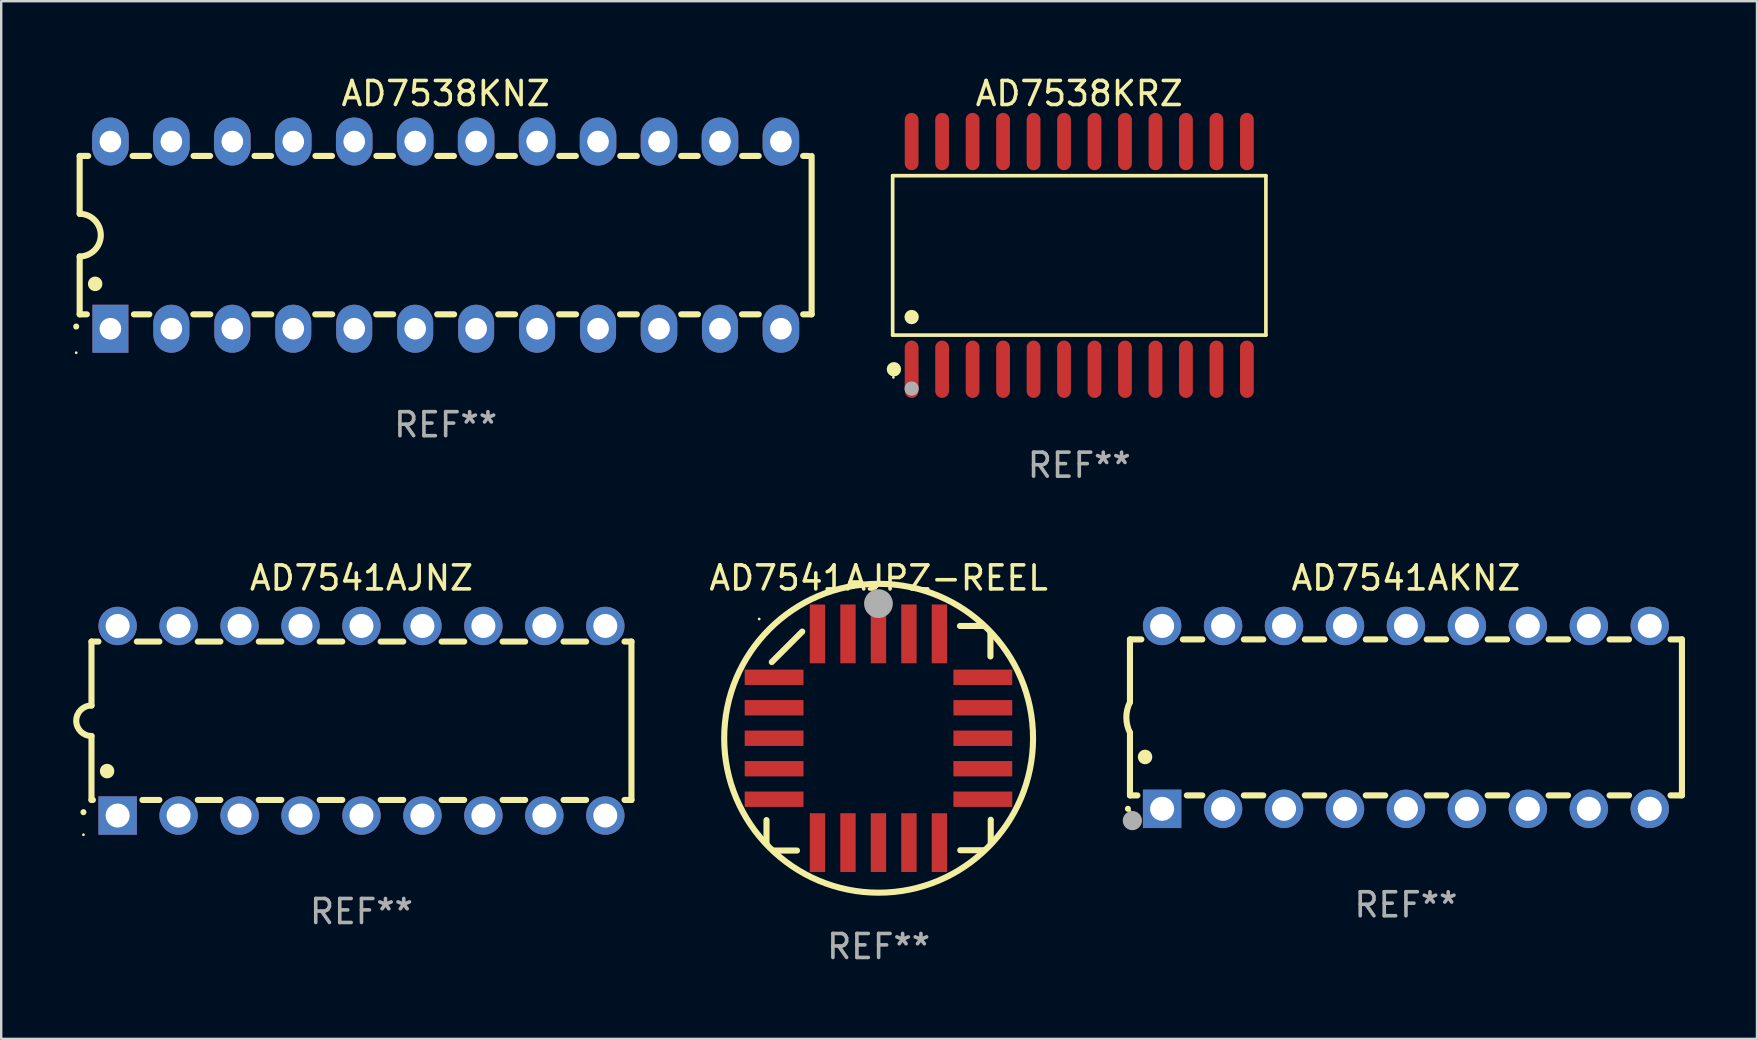
<source format=kicad_pcb>
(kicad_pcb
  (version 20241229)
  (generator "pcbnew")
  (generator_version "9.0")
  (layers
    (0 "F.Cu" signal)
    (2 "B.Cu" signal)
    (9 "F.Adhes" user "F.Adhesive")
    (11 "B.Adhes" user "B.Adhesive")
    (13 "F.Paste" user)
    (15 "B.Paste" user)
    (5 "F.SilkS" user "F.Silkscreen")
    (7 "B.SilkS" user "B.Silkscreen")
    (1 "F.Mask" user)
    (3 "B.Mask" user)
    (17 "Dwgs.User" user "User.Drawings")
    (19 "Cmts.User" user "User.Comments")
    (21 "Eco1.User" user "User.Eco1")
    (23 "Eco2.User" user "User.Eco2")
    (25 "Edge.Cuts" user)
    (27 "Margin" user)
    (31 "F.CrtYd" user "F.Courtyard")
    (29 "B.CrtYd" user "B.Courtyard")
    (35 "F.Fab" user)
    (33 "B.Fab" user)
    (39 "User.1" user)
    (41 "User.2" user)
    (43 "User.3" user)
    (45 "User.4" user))
  (footprint "AD7538KRZ"
    (layer "F.Cu")
    (at 41.922 7.592)
    (property "Reference" "AD7538KRZ" (at 0 -6.744 0) (layer "F.SilkS") (effects (font (size 1 1) (thickness 0.15))))
    (attr through_hole)
    (fp_line (start -7.776 -3.321) (end 7.776 -3.321) (stroke (width 0.152) (type solid)) (layer "F.SilkS"))
    (fp_line (start -7.776 3.321) (end -7.776 -3.321) (stroke (width 0.152) (type solid)) (layer "F.SilkS"))
    (fp_line (start 7.776 -3.321) (end 7.776 3.321) (stroke (width 0.152) (type solid)) (layer "F.SilkS"))
    (fp_line (start 7.776 3.321) (end -7.776 3.321) (stroke (width 0.152) (type solid)) (layer "F.SilkS"))
    (fp_circle (center -7.747 5.08) (end -7.717 5.08) (stroke (width 0.06) (type solid)) (fill no) (layer "F.SilkS"))
    (fp_circle (center -7.724 4.744) (end -7.574 4.744) (stroke (width 0.3) (type solid)) (fill no) (layer "F.SilkS"))
    (fp_circle (center -6.985 2.569) (end -6.835 2.569) (stroke (width 0.3) (type solid)) (fill no) (layer "F.SilkS"))
    (fp_circle (center -6.985 5.55) (end -6.835 5.55) (stroke (width 0.3) (type solid)) (fill no) (layer "F.Fab"))
    (fp_text user "REF**" (at 0 8.744 0) (layer "F.Fab") (effects (font (size 1 1) (thickness 0.15))))
    (pad "1" smd oval (at -6.985 4.744) (size 0.574 2.388) (layers "F.Cu" "F.Mask" "F.Paste"))
    (pad "2" smd oval (at -5.715 4.744) (size 0.574 2.388) (layers "F.Cu" "F.Mask" "F.Paste"))
    (pad "3" smd oval (at -4.445 4.744) (size 0.574 2.388) (layers "F.Cu" "F.Mask" "F.Paste"))
    (pad "4" smd oval (at -3.175 4.744) (size 0.574 2.388) (layers "F.Cu" "F.Mask" "F.Paste"))
    (pad "5" smd oval (at -1.905 4.744) (size 0.574 2.388) (layers "F.Cu" "F.Mask" "F.Paste"))
    (pad "6" smd oval (at -0.635 4.744) (size 0.574 2.388) (layers "F.Cu" "F.Mask" "F.Paste"))
    (pad "7" smd oval (at 0.635 4.744) (size 0.574 2.388) (layers "F.Cu" "F.Mask" "F.Paste"))
    (pad "8" smd oval (at 1.905 4.744) (size 0.574 2.388) (layers "F.Cu" "F.Mask" "F.Paste"))
    (pad "9" smd oval (at 3.175 4.744) (size 0.574 2.388) (layers "F.Cu" "F.Mask" "F.Paste"))
    (pad "10" smd oval (at 4.445 4.744) (size 0.574 2.388) (layers "F.Cu" "F.Mask" "F.Paste"))
    (pad "11" smd oval (at 5.715 4.744) (size 0.574 2.388) (layers "F.Cu" "F.Mask" "F.Paste"))
    (pad "12" smd oval (at 6.985 4.744) (size 0.574 2.388) (layers "F.Cu" "F.Mask" "F.Paste"))
    (pad "13" smd oval (at 6.985 -4.744) (size 0.574 2.388) (layers "F.Cu" "F.Mask" "F.Paste"))
    (pad "14" smd oval (at 5.715 -4.744) (size 0.574 2.388) (layers "F.Cu" "F.Mask" "F.Paste"))
    (pad "15" smd oval (at 4.445 -4.744) (size 0.574 2.388) (layers "F.Cu" "F.Mask" "F.Paste"))
    (pad "16" smd oval (at 3.175 -4.744) (size 0.574 2.388) (layers "F.Cu" "F.Mask" "F.Paste"))
    (pad "17" smd oval (at 1.905 -4.744) (size 0.574 2.388) (layers "F.Cu" "F.Mask" "F.Paste"))
    (pad "18" smd oval (at 0.635 -4.744) (size 0.574 2.388) (layers "F.Cu" "F.Mask" "F.Paste"))
    (pad "19" smd oval (at -0.635 -4.744) (size 0.574 2.388) (layers "F.Cu" "F.Mask" "F.Paste"))
    (pad "20" smd oval (at -1.905 -4.744) (size 0.574 2.388) (layers "F.Cu" "F.Mask" "F.Paste"))
    (pad "21" smd oval (at -3.175 -4.744) (size 0.574 2.388) (layers "F.Cu" "F.Mask" "F.Paste"))
    (pad "22" smd oval (at -4.445 -4.744) (size 0.574 2.388) (layers "F.Cu" "F.Mask" "F.Paste"))
    (pad "23" smd oval (at -5.715 -4.744) (size 0.574 2.388) (layers "F.Cu" "F.Mask" "F.Paste"))
    (pad "24" smd oval (at -6.985 -4.744) (size 0.574 2.388) (layers "F.Cu" "F.Mask" "F.Paste")))
  (footprint "AD7541AKNZ"
    (layer "F.Cu")
    (at 55.534 26.843)
    (property "Reference" "AD7541AKNZ" (at 0 -5.81 0) (layer "F.SilkS") (effects (font (size 1 1) (thickness 0.15))))
    (attr through_hole)
    (fp_line (start -11.5 -3.25) (end -11.5 -0.635) (stroke (width 0.254) (type solid)) (layer "F.SilkS"))
    (fp_line (start -11.5 3.25) (end -11.5 0.635) (stroke (width 0.254) (type solid)) (layer "F.SilkS"))
    (fp_line (start -11.5 3.25) (end -11.191 3.25) (stroke (width 0.254) (type solid)) (layer "F.SilkS"))
    (fp_line (start -11.025 -3.25) (end -11.5 -3.25) (stroke (width 0.254) (type solid)) (layer "F.SilkS"))
    (fp_line (start -9.129 3.25) (end -8.485 3.25) (stroke (width 0.254) (type solid)) (layer "F.SilkS"))
    (fp_line (start -8.485 -3.25) (end -9.295 -3.25) (stroke (width 0.254) (type solid)) (layer "F.SilkS"))
    (fp_line (start -6.755 3.25) (end -5.945 3.25) (stroke (width 0.254) (type solid)) (layer "F.SilkS"))
    (fp_line (start -5.945 -3.25) (end -6.755 -3.25) (stroke (width 0.254) (type solid)) (layer "F.SilkS"))
    (fp_line (start -4.215 3.25) (end -3.405 3.25) (stroke (width 0.254) (type solid)) (layer "F.SilkS"))
    (fp_line (start -3.405 -3.25) (end -4.215 -3.25) (stroke (width 0.254) (type solid)) (layer "F.SilkS"))
    (fp_line (start -1.675 3.25) (end -0.865 3.25) (stroke (width 0.254) (type solid)) (layer "F.SilkS"))
    (fp_line (start -0.865 -3.25) (end -1.675 -3.25) (stroke (width 0.254) (type solid)) (layer "F.SilkS"))
    (fp_line (start 0.865 3.25) (end 1.675 3.25) (stroke (width 0.254) (type solid)) (layer "F.SilkS"))
    (fp_line (start 1.675 -3.25) (end 0.865 -3.25) (stroke (width 0.254) (type solid)) (layer "F.SilkS"))
    (fp_line (start 3.405 3.25) (end 4.215 3.25) (stroke (width 0.254) (type solid)) (layer "F.SilkS"))
    (fp_line (start 4.215 -3.25) (end 3.405 -3.25) (stroke (width 0.254) (type solid)) (layer "F.SilkS"))
    (fp_line (start 5.945 3.25) (end 6.755 3.25) (stroke (width 0.254) (type solid)) (layer "F.SilkS"))
    (fp_line (start 6.755 -3.25) (end 5.945 -3.25) (stroke (width 0.254) (type solid)) (layer "F.SilkS"))
    (fp_line (start 8.485 3.25) (end 9.295 3.25) (stroke (width 0.254) (type solid)) (layer "F.SilkS"))
    (fp_line (start 9.295 -3.25) (end 8.485 -3.25) (stroke (width 0.254) (type solid)) (layer "F.SilkS"))
    (fp_line (start 11.025 3.25) (end 11.5 3.25) (stroke (width 0.254) (type solid)) (layer "F.SilkS"))
    (fp_line (start 11.5 -3.25) (end 11.025 -3.25) (stroke (width 0.254) (type solid)) (layer "F.SilkS"))
    (fp_line (start 11.5 -3.25) (end 11.5 3.25) (stroke (width 0.254) (type solid)) (layer "F.SilkS"))
    (fp_arc (start -11.584963 3.810008) (mid -11.58497 3.808738) (end -11.584963 3.807468) (stroke (width 0.25) (type solid)) (layer "F.SilkS"))
    (fp_arc (start -11.501143 0.635001) (mid -11.650665 -0.000132) (end -11.500025 -0.635001) (stroke (width 0.254001) (type solid)) (layer "F.SilkS"))
    (fp_arc (start -10.871222 1.651003) (mid -10.871233 1.648463) (end -10.871222 1.645923) (stroke (width 0.6) (type solid)) (layer "F.SilkS"))
    (fp_circle (center -11.5 3.91) (end -11.47 3.91) (stroke (width 0.06) (type solid)) (fill no) (layer "F.SilkS"))
    (fp_circle (center -11.4 4.3) (end -11.2 4.3) (stroke (width 0.4) (type solid)) (fill no) (layer "F.Fab"))
    (fp_text user "REF**" (at 0 7.81 0) (layer "F.Fab") (effects (font (size 1 1) (thickness 0.15))))
    (pad "1" thru_hole rect (at -10.16 3.81 90) (size 1.6 1.6) (drill 1) (layers "*.Cu" "*.Mask"))
    (pad "2" thru_hole circle (at -7.62 3.81 90) (size 1.6 1.6) (drill 1) (layers "*.Cu" "*.Mask"))
    (pad "3" thru_hole circle (at -5.08 3.81 90) (size 1.6 1.6) (drill 1) (layers "*.Cu" "*.Mask"))
    (pad "4" thru_hole circle (at -2.54 3.81 90) (size 1.6 1.6) (drill 1) (layers "*.Cu" "*.Mask"))
    (pad "5" thru_hole circle (at 0 3.81 90) (size 1.6 1.6) (drill 1) (layers "*.Cu" "*.Mask"))
    (pad "6" thru_hole circle (at 2.54 3.81 90) (size 1.6 1.6) (drill 1) (layers "*.Cu" "*.Mask"))
    (pad "7" thru_hole circle (at 5.08 3.81 90) (size 1.6 1.6) (drill 1) (layers "*.Cu" "*.Mask"))
    (pad "8" thru_hole circle (at 7.62 3.81 90) (size 1.6 1.6) (drill 1) (layers "*.Cu" "*.Mask"))
    (pad "9" thru_hole circle (at 10.16 3.81 90) (size 1.6 1.6) (drill 1) (layers "*.Cu" "*.Mask"))
    (pad "10" thru_hole circle (at 10.16 -3.81 90) (size 1.6 1.6) (drill 1) (layers "*.Cu" "*.Mask"))
    (pad "11" thru_hole circle (at 7.62 -3.81 90) (size 1.6 1.6) (drill 1) (layers "*.Cu" "*.Mask"))
    (pad "12" thru_hole circle (at 5.08 -3.81 90) (size 1.6 1.6) (drill 1) (layers "*.Cu" "*.Mask"))
    (pad "13" thru_hole circle (at 2.54 -3.81 90) (size 1.6 1.6) (drill 1) (layers "*.Cu" "*.Mask"))
    (pad "14" thru_hole circle (at 0 -3.81 90) (size 1.6 1.6) (drill 1) (layers "*.Cu" "*.Mask"))
    (pad "15" thru_hole circle (at -2.54 -3.81 90) (size 1.6 1.6) (drill 1) (layers "*.Cu" "*.Mask"))
    (pad "16" thru_hole circle (at -5.08 -3.81 90) (size 1.6 1.6) (drill 1) (layers "*.Cu" "*.Mask"))
    (pad "17" thru_hole circle (at -7.62 -3.81 90) (size 1.6 1.6) (drill 1) (layers "*.Cu" "*.Mask"))
    (pad "18" thru_hole circle (at -10.16 -3.81 90) (size 1.6 1.6) (drill 1) (layers "*.Cu" "*.Mask")))
  (footprint "AD7538KNZ"
    (layer "F.Cu")
    (at 15.52 6.748)
    (property "Reference" "AD7538KNZ" (at 0 -5.9 0) (layer "F.SilkS") (effects (font (size 1 1) (thickness 0.15))))
    (attr through_hole)
    (fp_line (start -15.25 -3.3) (end -15.25 -0.889) (stroke (width 0.254) (type solid)) (layer "F.SilkS"))
    (fp_line (start -15.25 -3.3) (end -14.895 -3.3) (stroke (width 0.254) (type solid)) (layer "F.SilkS"))
    (fp_line (start -15.25 3.3) (end -15.25 0.889) (stroke (width 0.254) (type solid)) (layer "F.SilkS"))
    (fp_line (start -15.25 3.3) (end -14.951 3.3) (stroke (width 0.254) (type solid)) (layer "F.SilkS"))
    (fp_line (start -13.045 -3.3) (end -12.355 -3.3) (stroke (width 0.254) (type solid)) (layer "F.SilkS"))
    (fp_line (start -12.989 3.3) (end -12.347 3.3) (stroke (width 0.254) (type solid)) (layer "F.SilkS"))
    (fp_line (start -10.514 3.3) (end -9.807 3.3) (stroke (width 0.254) (type solid)) (layer "F.SilkS"))
    (fp_line (start -10.505 -3.3) (end -9.815 -3.3) (stroke (width 0.254) (type solid)) (layer "F.SilkS"))
    (fp_line (start -7.974 3.3) (end -7.267 3.3) (stroke (width 0.254) (type solid)) (layer "F.SilkS"))
    (fp_line (start -7.965 -3.3) (end -7.275 -3.3) (stroke (width 0.254) (type solid)) (layer "F.SilkS"))
    (fp_line (start -5.434 3.3) (end -4.727 3.3) (stroke (width 0.254) (type solid)) (layer "F.SilkS"))
    (fp_line (start -5.425 -3.3) (end -4.735 -3.3) (stroke (width 0.254) (type solid)) (layer "F.SilkS"))
    (fp_line (start -2.894 3.3) (end -2.187 3.3) (stroke (width 0.254) (type solid)) (layer "F.SilkS"))
    (fp_line (start -2.885 -3.3) (end -2.195 -3.3) (stroke (width 0.254) (type solid)) (layer "F.SilkS"))
    (fp_line (start -0.354 3.3) (end 0.353 3.3) (stroke (width 0.254) (type solid)) (layer "F.SilkS"))
    (fp_line (start -0.345 -3.3) (end 0.345 -3.3) (stroke (width 0.254) (type solid)) (layer "F.SilkS"))
    (fp_line (start 2.186 3.3) (end 2.893 3.3) (stroke (width 0.254) (type solid)) (layer "F.SilkS"))
    (fp_line (start 2.195 -3.3) (end 2.885 -3.3) (stroke (width 0.254) (type solid)) (layer "F.SilkS"))
    (fp_line (start 4.726 3.3) (end 5.434 3.3) (stroke (width 0.254) (type solid)) (layer "F.SilkS"))
    (fp_line (start 4.735 -3.3) (end 5.425 -3.3) (stroke (width 0.254) (type solid)) (layer "F.SilkS"))
    (fp_line (start 7.266 3.3) (end 7.965 3.3) (stroke (width 0.254) (type solid)) (layer "F.SilkS"))
    (fp_line (start 7.275 -3.3) (end 7.965 -3.3) (stroke (width 0.254) (type solid)) (layer "F.SilkS"))
    (fp_line (start 9.815 -3.3) (end 10.505 -3.3) (stroke (width 0.254) (type solid)) (layer "F.SilkS"))
    (fp_line (start 9.815 3.3) (end 10.514 3.3) (stroke (width 0.254) (type solid)) (layer "F.SilkS"))
    (fp_line (start 12.346 3.3) (end 13.045 3.3) (stroke (width 0.254) (type solid)) (layer "F.SilkS"))
    (fp_line (start 12.355 -3.3) (end 13.045 -3.3) (stroke (width 0.254) (type solid)) (layer "F.SilkS"))
    (fp_line (start 14.895 -3.3) (end 15.113 -3.3) (stroke (width 0.254) (type solid)) (layer "F.SilkS"))
    (fp_line (start 14.895 3.3) (end 15.25 3.3) (stroke (width 0.254) (type solid)) (layer "F.SilkS"))
    (fp_line (start 15.25 -3.3) (end 15.25 3.3) (stroke (width 0.254) (type solid)) (layer "F.SilkS"))
    (fp_arc (start -15.394971 3.810033) (mid -15.394978 3.808763) (end -15.394971 3.807493) (stroke (width 0.25) (type solid)) (layer "F.SilkS"))
    (fp_arc (start -15.251053 -0.890146) (mid -14.361467 -0.001067) (end -15.250038 0.889027) (stroke (width 0.254001) (type solid)) (layer "F.SilkS"))
    (fp_arc (start -14.605029 2.032029) (mid -14.60504 2.029489) (end -14.605029 2.026949) (stroke (width 0.6) (type solid)) (layer "F.SilkS"))
    (fp_circle (center -15.395 4.9) (end -15.365 4.9) (stroke (width 0.06) (type solid)) (fill no) (layer "F.SilkS"))
    (fp_text user "REF**" (at 0 7.9 0) (layer "F.Fab") (effects (font (size 1 1) (thickness 0.15))))
    (pad "1" thru_hole rect (at -13.97 3.9 90) (size 2 1.5) (drill 0.9) (layers "*.Cu" "*.Mask"))
    (pad "2" thru_hole oval (at -11.43 3.9 90) (size 2 1.5) (drill 0.9) (layers "*.Cu" "*.Mask"))
    (pad "3" thru_hole oval (at -8.89 3.9 90) (size 2 1.5) (drill 0.9) (layers "*.Cu" "*.Mask"))
    (pad "4" thru_hole oval (at -6.35 3.9 90) (size 2 1.5) (drill 0.9) (layers "*.Cu" "*.Mask"))
    (pad "5" thru_hole oval (at -3.81 3.9 90) (size 2 1.5) (drill 0.9) (layers "*.Cu" "*.Mask"))
    (pad "6" thru_hole oval (at -1.27 3.9 90) (size 2 1.5) (drill 0.9) (layers "*.Cu" "*.Mask"))
    (pad "7" thru_hole oval (at 1.27 3.9 90) (size 2 1.5) (drill 0.9) (layers "*.Cu" "*.Mask"))
    (pad "8" thru_hole oval (at 3.81 3.9 90) (size 2 1.5) (drill 0.9) (layers "*.Cu" "*.Mask"))
    (pad "9" thru_hole oval (at 6.35 3.9 90) (size 2 1.5) (drill 0.9) (layers "*.Cu" "*.Mask"))
    (pad "10" thru_hole oval (at 8.89 3.9 90) (size 2 1.524) (drill 0.9) (layers "*.Cu" "*.Mask"))
    (pad "11" thru_hole oval (at 11.43 3.9 90) (size 2 1.5) (drill 0.9) (layers "*.Cu" "*.Mask"))
    (pad "12" thru_hole oval (at 13.97 3.9 90) (size 2 1.524) (drill 0.9) (layers "*.Cu" "*.Mask"))
    (pad "13" thru_hole oval (at 13.97 -3.9 90) (size 2 1.524) (drill 0.9) (layers "*.Cu" "*.Mask"))
    (pad "14" thru_hole oval (at 11.43 -3.9 90) (size 2 1.524) (drill 0.9) (layers "*.Cu" "*.Mask"))
    (pad "15" thru_hole oval (at 8.89 -3.9 90) (size 2 1.524) (drill 0.9) (layers "*.Cu" "*.Mask"))
    (pad "16" thru_hole oval (at 6.35 -3.9 90) (size 2 1.524) (drill 0.9) (layers "*.Cu" "*.Mask"))
    (pad "17" thru_hole oval (at 3.81 -3.9 90) (size 2 1.524) (drill 0.9) (layers "*.Cu" "*.Mask"))
    (pad "18" thru_hole oval (at 1.27 -3.9 90) (size 2 1.524) (drill 0.9) (layers "*.Cu" "*.Mask"))
    (pad "19" thru_hole oval (at -1.27 -3.9 90) (size 2 1.524) (drill 0.9) (layers "*.Cu" "*.Mask"))
    (pad "20" thru_hole oval (at -3.81 -3.9 90) (size 2 1.524) (drill 0.9) (layers "*.Cu" "*.Mask"))
    (pad "21" thru_hole oval (at -6.35 -3.9 90) (size 2 1.524) (drill 0.9) (layers "*.Cu" "*.Mask"))
    (pad "22" thru_hole oval (at -8.89 -3.9 90) (size 2 1.524) (drill 0.9) (layers "*.Cu" "*.Mask"))
    (pad "23" thru_hole oval (at -11.43 -3.9 90) (size 2 1.524) (drill 0.9) (layers "*.Cu" "*.Mask"))
    (pad "24" thru_hole oval (at -13.97 -3.9 90) (size 2 1.524) (drill 0.9) (layers "*.Cu" "*.Mask")))
  (footprint "AD7541AJPZ-REEL"
    (layer "F.Cu")
    (at 33.561 27.712)
    (property "Reference" "AD7541AJPZ-REEL" (at 0 -6.679 0) (layer "F.SilkS") (effects (font (size 1 1) (thickness 0.15))))
    (attr through_hole)
    (fp_line (start -4.672 4.4) (end -4.672 3.409) (stroke (width 0.254) (type solid)) (layer "F.SilkS"))
    (fp_line (start -4.452 -3.175) (end -3.182 -4.445) (stroke (width 0.254) (type solid)) (layer "F.SilkS"))
    (fp_line (start -4.393 4.679) (end -3.402 4.679) (stroke (width 0.254) (type solid)) (layer "F.SilkS"))
    (fp_line (start 4.379 -4.679) (end 3.389 -4.679) (stroke (width 0.254) (type solid)) (layer "F.SilkS"))
    (fp_line (start 4.393 4.666) (end 3.402 4.666) (stroke (width 0.254) (type solid)) (layer "F.SilkS"))
    (fp_line (start 4.659 -4.4) (end 4.659 -3.409) (stroke (width 0.254) (type solid)) (layer "F.SilkS"))
    (fp_line (start 4.672 4.386) (end 4.672 3.396) (stroke (width 0.254) (type solid)) (layer "F.SilkS"))
    (fp_arc (start -4.672276 4.424968) (mid 4.672254 -4.424946) (end -4.672276 4.424968) (stroke (width 0.254001) (type solid)) (layer "F.SilkS"))
    (fp_arc (start 0.089827 -5.759969) (mid 0.097662 -5.803742) (end 0.120307 -5.842012) (stroke (width 0.249936) (type solid)) (layer "F.SilkS"))
    (fp_circle (center -4.977 -4.97) (end -4.947 -4.97) (stroke (width 0.06) (type solid)) (fill no) (layer "F.SilkS"))
    (fp_circle (center -0.007 -5.61) (end 0.293 -5.61) (stroke (width 0.6) (type solid)) (fill no) (layer "F.Fab"))
    (fp_text user "REF**" (at 0 8.679 0) (layer "F.Fab") (effects (font (size 1 1) (thickness 0.15))))
    (pad "1" smd rect (at -0.007 -4.349) (size 0.64 2.45) (layers "F.Cu" "F.Mask" "F.Paste"))
    (pad "2" smd rect (at -1.277 -4.349) (size 0.64 2.45) (layers "F.Cu" "F.Mask" "F.Paste"))
    (pad "3" smd rect (at -2.547 -4.348) (size 0.64 2.45) (layers "F.Cu" "F.Mask" "F.Paste"))
    (pad "4" smd rect (at -4.355 -2.54) (size 2.45 0.64) (layers "F.Cu" "F.Mask" "F.Paste"))
    (pad "5" smd rect (at -4.355 -1.27) (size 2.45 0.64) (layers "F.Cu" "F.Mask" "F.Paste"))
    (pad "6" smd rect (at -4.355 0) (size 2.45 0.64) (layers "F.Cu" "F.Mask" "F.Paste"))
    (pad "7" smd rect (at -4.355 1.27) (size 2.45 0.64) (layers "F.Cu" "F.Mask" "F.Paste"))
    (pad "8" smd rect (at -4.355 2.54) (size 2.45 0.64) (layers "F.Cu" "F.Mask" "F.Paste"))
    (pad "9" smd rect (at -2.547 4.349) (size 0.64 2.45) (layers "F.Cu" "F.Mask" "F.Paste"))
    (pad "10" smd rect (at -1.277 4.349) (size 0.64 2.45) (layers "F.Cu" "F.Mask" "F.Paste"))
    (pad "11" smd rect (at -0.007 4.349) (size 0.64 2.45) (layers "F.Cu" "F.Mask" "F.Paste"))
    (pad "12" smd rect (at 1.263 4.349) (size 0.64 2.45) (layers "F.Cu" "F.Mask" "F.Paste"))
    (pad "13" smd rect (at 2.533 4.349) (size 0.64 2.45) (layers "F.Cu" "F.Mask" "F.Paste"))
    (pad "14" smd rect (at 4.342 2.54) (size 2.45 0.64) (layers "F.Cu" "F.Mask" "F.Paste"))
    (pad "15" smd rect (at 4.342 1.27) (size 2.45 0.64) (layers "F.Cu" "F.Mask" "F.Paste"))
    (pad "16" smd rect (at 4.342 0) (size 2.45 0.64) (layers "F.Cu" "F.Mask" "F.Paste"))
    (pad "17" smd rect (at 4.342 -1.27) (size 2.45 0.64) (layers "F.Cu" "F.Mask" "F.Paste"))
    (pad "18" smd rect (at 4.342 -2.54) (size 2.45 0.64) (layers "F.Cu" "F.Mask" "F.Paste"))
    (pad "19" smd rect (at 2.533 -4.349) (size 0.64 2.45) (layers "F.Cu" "F.Mask" "F.Paste"))
    (pad "20" smd rect (at 1.263 -4.349) (size 0.64 2.45) (layers "F.Cu" "F.Mask" "F.Paste")))
  (footprint "AD7541AJNZ"
    (layer "F.Cu")
    (at 12.012 26.983)
    (property "Reference" "AD7541AJNZ" (at 0 -5.95 0) (layer "F.SilkS") (effects (font (size 1 1) (thickness 0.15))))
    (attr through_hole)
    (fp_line (start -11.25 -3.3) (end -11.25 -0.635) (stroke (width 0.254) (type solid)) (layer "F.SilkS"))
    (fp_line (start -11.25 -3.3) (end -10.96 -3.3) (stroke (width 0.254) (type solid)) (layer "F.SilkS"))
    (fp_line (start -11.25 3.3) (end -11.25 0.635) (stroke (width 0.254) (type solid)) (layer "F.SilkS"))
    (fp_line (start -11.25 3.3) (end -11.191 3.3) (stroke (width 0.254) (type solid)) (layer "F.SilkS"))
    (fp_line (start -9.36 -3.3) (end -8.42 -3.3) (stroke (width 0.254) (type solid)) (layer "F.SilkS"))
    (fp_line (start -9.129 3.3) (end -8.42 3.3) (stroke (width 0.254) (type solid)) (layer "F.SilkS"))
    (fp_line (start -6.82 -3.3) (end -5.88 -3.3) (stroke (width 0.254) (type solid)) (layer "F.SilkS"))
    (fp_line (start -6.82 3.3) (end -5.88 3.3) (stroke (width 0.254) (type solid)) (layer "F.SilkS"))
    (fp_line (start -4.28 -3.3) (end -3.34 -3.3) (stroke (width 0.254) (type solid)) (layer "F.SilkS"))
    (fp_line (start -4.28 3.3) (end -3.34 3.3) (stroke (width 0.254) (type solid)) (layer "F.SilkS"))
    (fp_line (start -1.74 -3.3) (end -0.8 -3.3) (stroke (width 0.254) (type solid)) (layer "F.SilkS"))
    (fp_line (start -1.74 3.3) (end -0.8 3.3) (stroke (width 0.254) (type solid)) (layer "F.SilkS"))
    (fp_line (start 0.8 -3.3) (end 1.74 -3.3) (stroke (width 0.254) (type solid)) (layer "F.SilkS"))
    (fp_line (start 0.8 3.3) (end 1.74 3.3) (stroke (width 0.254) (type solid)) (layer "F.SilkS"))
    (fp_line (start 3.34 -3.3) (end 4.28 -3.3) (stroke (width 0.254) (type solid)) (layer "F.SilkS"))
    (fp_line (start 3.34 3.3) (end 4.28 3.3) (stroke (width 0.254) (type solid)) (layer "F.SilkS"))
    (fp_line (start 5.88 -3.3) (end 6.82 -3.3) (stroke (width 0.254) (type solid)) (layer "F.SilkS"))
    (fp_line (start 5.88 3.3) (end 6.82 3.3) (stroke (width 0.254) (type solid)) (layer "F.SilkS"))
    (fp_line (start 8.42 -3.3) (end 9.36 -3.3) (stroke (width 0.254) (type solid)) (layer "F.SilkS"))
    (fp_line (start 8.42 3.3) (end 9.36 3.3) (stroke (width 0.254) (type solid)) (layer "F.SilkS"))
    (fp_line (start 10.96 -3.3) (end 11.25 -3.3) (stroke (width 0.254) (type solid)) (layer "F.SilkS"))
    (fp_line (start 10.96 3.3) (end 11.25 3.3) (stroke (width 0.254) (type solid)) (layer "F.SilkS"))
    (fp_line (start 11.25 -3.3) (end 11.25 3.3) (stroke (width 0.254) (type solid)) (layer "F.SilkS"))
    (fp_arc (start -11.584963 3.810008) (mid -11.58497 3.808738) (end -11.584963 3.807468) (stroke (width 0.25) (type solid)) (layer "F.SilkS"))
    (fp_arc (start -11.250013 0.635001) (mid -11.884684 -0.000165) (end -11.249683 -0.635001) (stroke (width 0.254001) (type solid)) (layer "F.SilkS"))
    (fp_arc (start -10.600025 2.1) (mid -10.600036 2.09746) (end -10.600025 2.09492) (stroke (width 0.6) (type solid)) (layer "F.SilkS"))
    (fp_circle (center -11.585 4.75) (end -11.555 4.75) (stroke (width 0.06) (type solid)) (fill no) (layer "F.SilkS"))
    (fp_text user "REF**" (at 0 7.95 0) (layer "F.Fab") (effects (font (size 1 1) (thickness 0.15))))
    (pad "1" thru_hole rect (at -10.16 3.95 90) (size 1.6 1.6) (drill 1) (layers "*.Cu" "*.Mask"))
    (pad "2" thru_hole circle (at -7.62 3.95 90) (size 1.6 1.6) (drill 1) (layers "*.Cu" "*.Mask"))
    (pad "3" thru_hole circle (at -5.08 3.95 90) (size 1.6 1.6) (drill 1) (layers "*.Cu" "*.Mask"))
    (pad "4" thru_hole circle (at -2.54 3.95 90) (size 1.6 1.6) (drill 1) (layers "*.Cu" "*.Mask"))
    (pad "5" thru_hole circle (at 0 3.95 90) (size 1.6 1.6) (drill 1) (layers "*.Cu" "*.Mask"))
    (pad "6" thru_hole circle (at 2.54 3.95 90) (size 1.6 1.6) (drill 1) (layers "*.Cu" "*.Mask"))
    (pad "7" thru_hole circle (at 5.08 3.95 90) (size 1.6 1.6) (drill 1) (layers "*.Cu" "*.Mask"))
    (pad "8" thru_hole circle (at 7.62 3.95 90) (size 1.6 1.6) (drill 1) (layers "*.Cu" "*.Mask"))
    (pad "9" thru_hole circle (at 10.16 3.95 90) (size 1.6 1.6) (drill 1) (layers "*.Cu" "*.Mask"))
    (pad "10" thru_hole circle (at 10.16 -3.95 90) (size 1.6 1.6) (drill 1) (layers "*.Cu" "*.Mask"))
    (pad "11" thru_hole circle (at 7.62 -3.95 90) (size 1.6 1.6) (drill 1) (layers "*.Cu" "*.Mask"))
    (pad "12" thru_hole circle (at 5.08 -3.95 90) (size 1.6 1.6) (drill 1) (layers "*.Cu" "*.Mask"))
    (pad "13" thru_hole circle (at 2.54 -3.95 90) (size 1.6 1.6) (drill 1) (layers "*.Cu" "*.Mask"))
    (pad "14" thru_hole circle (at 0 -3.95 90) (size 1.6 1.6) (drill 1) (layers "*.Cu" "*.Mask"))
    (pad "15" thru_hole circle (at -2.54 -3.95 90) (size 1.6 1.6) (drill 1) (layers "*.Cu" "*.Mask"))
    (pad "16" thru_hole circle (at -5.08 -3.95 90) (size 1.6 1.6) (drill 1) (layers "*.Cu" "*.Mask"))
    (pad "17" thru_hole circle (at -7.62 -3.95 90) (size 1.6 1.6) (drill 1) (layers "*.Cu" "*.Mask"))
    (pad "18" thru_hole circle (at -10.16 -3.95 90) (size 1.6 1.6) (drill 1) (layers "*.Cu" "*.Mask")))
  (gr_rect
    (start -3 -3)
    (end 70.161 40.239)
    (stroke (width 0.1) (type default))
    (fill no)
    (layer "Edge.Cuts")))
</source>
